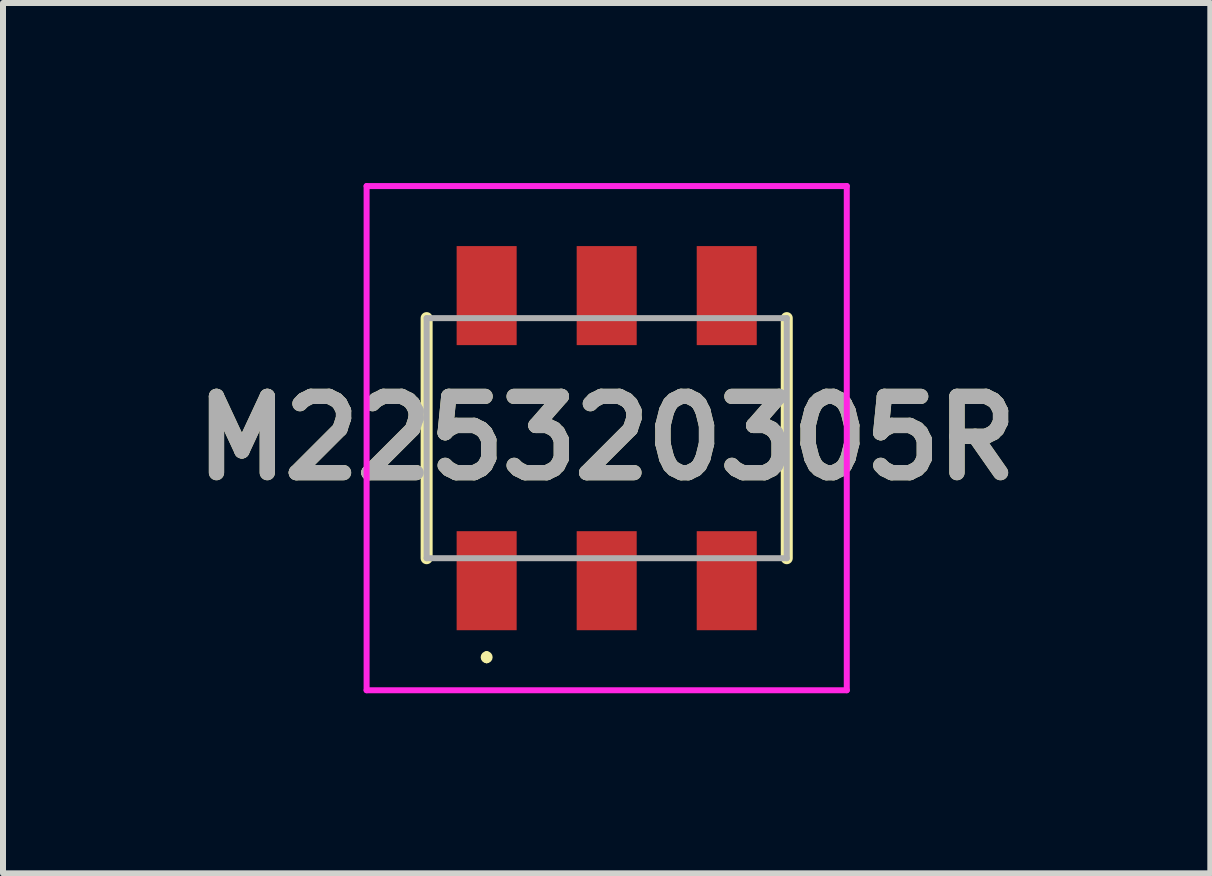
<source format=kicad_pcb>
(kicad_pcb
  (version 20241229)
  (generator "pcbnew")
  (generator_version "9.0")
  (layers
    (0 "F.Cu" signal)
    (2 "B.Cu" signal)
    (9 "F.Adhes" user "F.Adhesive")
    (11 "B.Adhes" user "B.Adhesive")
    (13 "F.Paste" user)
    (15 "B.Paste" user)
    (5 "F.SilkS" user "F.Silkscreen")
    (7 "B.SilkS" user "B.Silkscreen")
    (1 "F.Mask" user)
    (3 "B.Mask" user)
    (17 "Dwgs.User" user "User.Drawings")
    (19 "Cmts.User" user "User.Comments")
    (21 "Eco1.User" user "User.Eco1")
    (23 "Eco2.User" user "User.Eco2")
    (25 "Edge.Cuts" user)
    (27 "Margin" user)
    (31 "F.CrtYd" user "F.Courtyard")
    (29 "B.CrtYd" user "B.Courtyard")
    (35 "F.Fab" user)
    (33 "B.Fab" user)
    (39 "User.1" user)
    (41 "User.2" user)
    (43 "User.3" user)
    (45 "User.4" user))
  (footprint "M225320305R"
    (layer "F.Cu")
    (at 7.058 4.25)
    (property "Reference" "M225320305R" (at 0 0 0) (layer "F.SilkS") (effects (font (size 1.27 1.27) (thickness 0.254))))
    (attr smd)
    (fp_line (start -3 -2) (end -3 2) (stroke (width 0.2) (type solid)) (layer "F.SilkS"))
    (fp_line (start -2 3.6) (end -2 3.6) (stroke (width 0.1) (type solid)) (layer "F.SilkS"))
    (fp_line (start -2 3.7) (end -2 3.7) (stroke (width 0.1) (type solid)) (layer "F.SilkS"))
    (fp_line (start 3 -2) (end 3 2) (stroke (width 0.2) (type solid)) (layer "F.SilkS"))
    (fp_arc (start -2 3.6) (mid -1.95 3.65) (end -2 3.7) (stroke (width 0.1) (type solid)) (layer "F.SilkS"))
    (fp_arc (start -2 3.7) (mid -2.05 3.65) (end -2 3.6) (stroke (width 0.1) (type solid)) (layer "F.SilkS"))
    (fp_line (start -4 -4.2) (end 4 -4.2) (stroke (width 0.1) (type solid)) (layer "F.CrtYd"))
    (fp_line (start -4 4.2) (end -4 -4.2) (stroke (width 0.1) (type solid)) (layer "F.CrtYd"))
    (fp_line (start 4 -4.2) (end 4 4.2) (stroke (width 0.1) (type solid)) (layer "F.CrtYd"))
    (fp_line (start 4 4.2) (end -4 4.2) (stroke (width 0.1) (type solid)) (layer "F.CrtYd"))
    (fp_line (start -3 -2) (end 3 -2) (stroke (width 0.1) (type solid)) (layer "F.Fab"))
    (fp_line (start -3 2) (end -3 -2) (stroke (width 0.1) (type solid)) (layer "F.Fab"))
    (fp_line (start 3 -2) (end 3 2) (stroke (width 0.1) (type solid)) (layer "F.Fab"))
    (fp_line (start 3 2) (end -3 2) (stroke (width 0.1) (type solid)) (layer "F.Fab"))
    (fp_text user "${REFERENCE}" (at 0 0 0) (layer "F.Fab") (effects (font (size 1.27 1.27) (thickness 0.254))))
    (pad "1" smd rect (at -2 2.375) (size 1 1.65) (layers "F.Cu" "F.Mask" "F.Paste"))
    (pad "2" smd rect (at -2 -2.375) (size 1 1.65) (layers "F.Cu" "F.Mask" "F.Paste"))
    (pad "3" smd rect (at 0 2.375) (size 1 1.65) (layers "F.Cu" "F.Mask" "F.Paste"))
    (pad "4" smd rect (at 0 -2.375) (size 1 1.65) (layers "F.Cu" "F.Mask" "F.Paste"))
    (pad "5" smd rect (at 2 2.375) (size 1 1.65) (layers "F.Cu" "F.Mask" "F.Paste"))
    (pad "6" smd rect (at 2 -2.375) (size 1 1.65) (layers "F.Cu" "F.Mask" "F.Paste")))
  (gr_rect
    (start -3 -3)
    (end 17.115 11.5)
    (stroke (width 0.1) (type default))
    (fill no)
    (layer "Edge.Cuts")))
</source>
